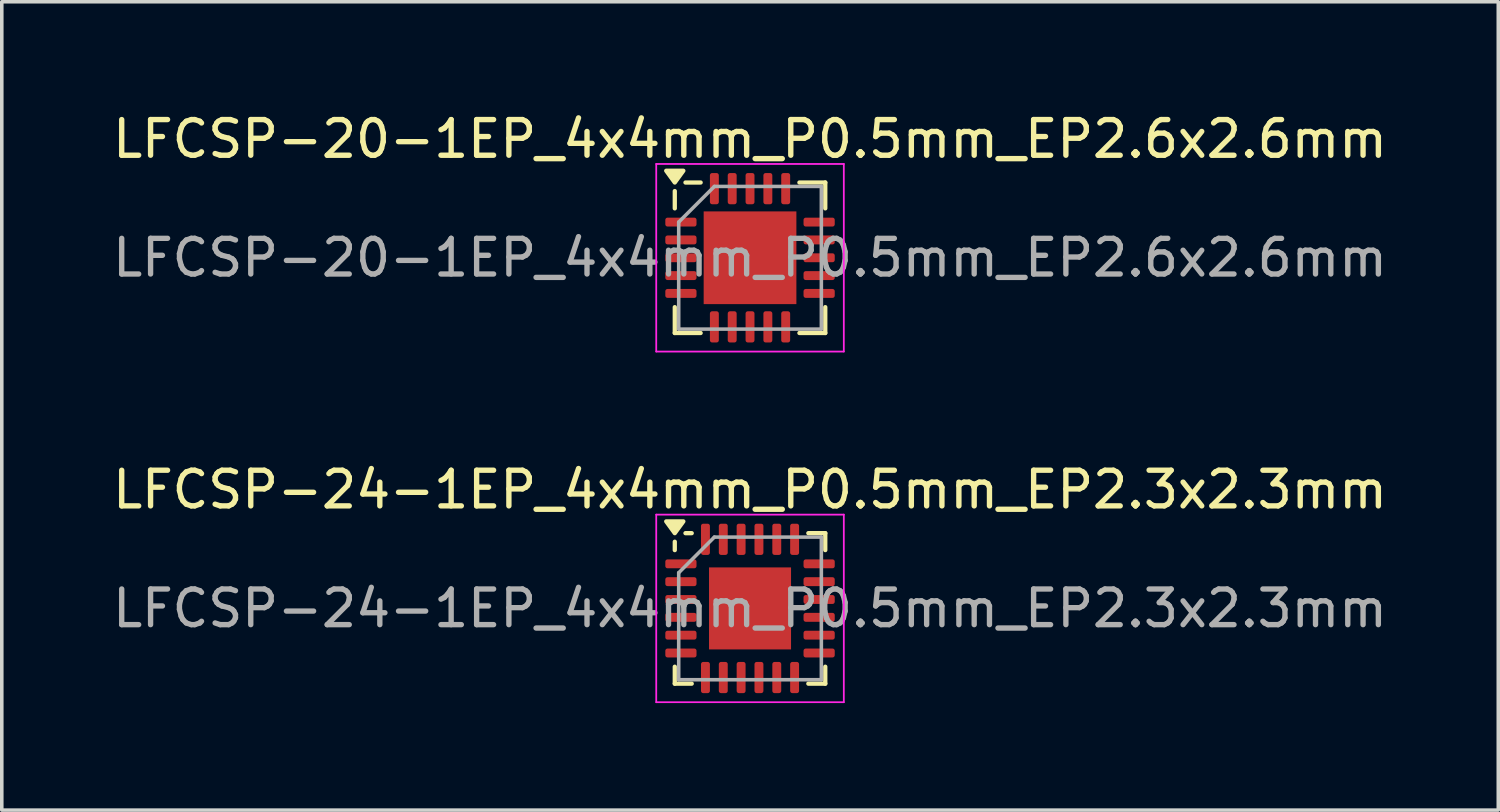
<source format=kicad_pcb>
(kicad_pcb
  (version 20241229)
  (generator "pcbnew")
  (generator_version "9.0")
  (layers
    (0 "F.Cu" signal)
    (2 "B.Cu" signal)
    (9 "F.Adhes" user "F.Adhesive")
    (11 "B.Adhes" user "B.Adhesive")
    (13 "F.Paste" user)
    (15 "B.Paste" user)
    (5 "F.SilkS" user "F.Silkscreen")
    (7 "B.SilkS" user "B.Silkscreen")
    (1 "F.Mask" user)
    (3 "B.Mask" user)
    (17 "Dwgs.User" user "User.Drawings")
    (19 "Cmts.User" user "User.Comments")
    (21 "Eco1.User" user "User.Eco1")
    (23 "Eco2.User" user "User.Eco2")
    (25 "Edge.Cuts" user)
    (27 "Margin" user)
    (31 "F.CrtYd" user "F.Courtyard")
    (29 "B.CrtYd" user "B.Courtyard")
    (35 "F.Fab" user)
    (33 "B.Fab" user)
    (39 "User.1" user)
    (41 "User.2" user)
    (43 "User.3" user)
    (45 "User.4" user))
  (footprint "LFCSP-20-1EP_4x4mm_P0.5mm_EP2.6x2.6mm"
    (layer "F.Cu")
    (at 17.982 4.178)
    (property "Reference" "LFCSP-20-1EP_4x4mm_P0.5mm_EP2.6x2.6mm" (at 0 -3.33 0) (layer "F.SilkS") (effects (font (size 1 1) (thickness 0.15))))
    (attr smd)
    (fp_line (start -2.11 -1.385) (end -2.11 -1.87) (stroke (width 0.12) (type solid)) (layer "F.SilkS"))
    (fp_line (start -2.11 2.11) (end -2.11 1.385) (stroke (width 0.12) (type solid)) (layer "F.SilkS"))
    (fp_line (start -1.385 -2.11) (end -1.81 -2.11) (stroke (width 0.12) (type solid)) (layer "F.SilkS"))
    (fp_line (start -1.385 2.11) (end -2.11 2.11) (stroke (width 0.12) (type solid)) (layer "F.SilkS"))
    (fp_line (start 1.385 -2.11) (end 2.11 -2.11) (stroke (width 0.12) (type solid)) (layer "F.SilkS"))
    (fp_line (start 1.385 2.11) (end 2.11 2.11) (stroke (width 0.12) (type solid)) (layer "F.SilkS"))
    (fp_line (start 2.11 -2.11) (end 2.11 -1.385) (stroke (width 0.12) (type solid)) (layer "F.SilkS"))
    (fp_line (start 2.11 2.11) (end 2.11 1.385) (stroke (width 0.12) (type solid)) (layer "F.SilkS"))
    (fp_poly (pts (xy -2.11 -2.11) (xy -2.35 -2.44) (xy -1.87 -2.44) (xy -2.11 -2.11)) (stroke (width 0.12) (type solid)) (fill yes) (layer "F.SilkS"))
    (fp_line (start -2.63 -2.63) (end -2.63 2.63) (stroke (width 0.05) (type solid)) (layer "F.CrtYd"))
    (fp_line (start -2.63 2.63) (end 2.63 2.63) (stroke (width 0.05) (type solid)) (layer "F.CrtYd"))
    (fp_line (start 2.63 -2.63) (end -2.63 -2.63) (stroke (width 0.05) (type solid)) (layer "F.CrtYd"))
    (fp_line (start 2.63 2.63) (end 2.63 -2.63) (stroke (width 0.05) (type solid)) (layer "F.CrtYd"))
    (fp_line (start -2 -1) (end -1 -2) (stroke (width 0.1) (type solid)) (layer "F.Fab"))
    (fp_line (start -2 2) (end -2 -1) (stroke (width 0.1) (type solid)) (layer "F.Fab"))
    (fp_line (start -1 -2) (end 2 -2) (stroke (width 0.1) (type solid)) (layer "F.Fab"))
    (fp_line (start 2 -2) (end 2 2) (stroke (width 0.1) (type solid)) (layer "F.Fab"))
    (fp_line (start 2 2) (end -2 2) (stroke (width 0.1) (type solid)) (layer "F.Fab"))
    (fp_text user "${REFERENCE}" (at 0 0 0) (layer "F.Fab") (effects (font (size 1 1) (thickness 0.15))))
    (pad "" smd roundrect (at -0.65 -0.65) (size 1.05 1.05) (layers "F.Paste") (roundrect_rratio 0.238))
    (pad "" smd roundrect (at -0.65 0.65) (size 1.05 1.05) (layers "F.Paste") (roundrect_rratio 0.238))
    (pad "" smd roundrect (at 0.65 -0.65) (size 1.05 1.05) (layers "F.Paste") (roundrect_rratio 0.238))
    (pad "" smd roundrect (at 0.65 0.65) (size 1.05 1.05) (layers "F.Paste") (roundrect_rratio 0.238))
    (pad "1" smd roundrect (at -1.938 -1) (size 0.875 0.25) (layers "F.Cu" "F.Mask" "F.Paste") (roundrect_rratio 0.25))
    (pad "2" smd roundrect (at -1.938 -0.5) (size 0.875 0.25) (layers "F.Cu" "F.Mask" "F.Paste") (roundrect_rratio 0.25))
    (pad "3" smd roundrect (at -1.938 0) (size 0.875 0.25) (layers "F.Cu" "F.Mask" "F.Paste") (roundrect_rratio 0.25))
    (pad "4" smd roundrect (at -1.938 0.5) (size 0.875 0.25) (layers "F.Cu" "F.Mask" "F.Paste") (roundrect_rratio 0.25))
    (pad "5" smd roundrect (at -1.938 1) (size 0.875 0.25) (layers "F.Cu" "F.Mask" "F.Paste") (roundrect_rratio 0.25))
    (pad "6" smd roundrect (at -1 1.938) (size 0.25 0.875) (layers "F.Cu" "F.Mask" "F.Paste") (roundrect_rratio 0.25))
    (pad "7" smd roundrect (at -0.5 1.938) (size 0.25 0.875) (layers "F.Cu" "F.Mask" "F.Paste") (roundrect_rratio 0.25))
    (pad "8" smd roundrect (at 0 1.938) (size 0.25 0.875) (layers "F.Cu" "F.Mask" "F.Paste") (roundrect_rratio 0.25))
    (pad "9" smd roundrect (at 0.5 1.938) (size 0.25 0.875) (layers "F.Cu" "F.Mask" "F.Paste") (roundrect_rratio 0.25))
    (pad "10" smd roundrect (at 1 1.938) (size 0.25 0.875) (layers "F.Cu" "F.Mask" "F.Paste") (roundrect_rratio 0.25))
    (pad "11" smd roundrect (at 1.938 1) (size 0.875 0.25) (layers "F.Cu" "F.Mask" "F.Paste") (roundrect_rratio 0.25))
    (pad "12" smd roundrect (at 1.938 0.5) (size 0.875 0.25) (layers "F.Cu" "F.Mask" "F.Paste") (roundrect_rratio 0.25))
    (pad "13" smd roundrect (at 1.938 0) (size 0.875 0.25) (layers "F.Cu" "F.Mask" "F.Paste") (roundrect_rratio 0.25))
    (pad "14" smd roundrect (at 1.938 -0.5) (size 0.875 0.25) (layers "F.Cu" "F.Mask" "F.Paste") (roundrect_rratio 0.25))
    (pad "15" smd roundrect (at 1.938 -1) (size 0.875 0.25) (layers "F.Cu" "F.Mask" "F.Paste") (roundrect_rratio 0.25))
    (pad "16" smd roundrect (at 1 -1.938) (size 0.25 0.875) (layers "F.Cu" "F.Mask" "F.Paste") (roundrect_rratio 0.25))
    (pad "17" smd roundrect (at 0.5 -1.938) (size 0.25 0.875) (layers "F.Cu" "F.Mask" "F.Paste") (roundrect_rratio 0.25))
    (pad "18" smd roundrect (at 0 -1.938) (size 0.25 0.875) (layers "F.Cu" "F.Mask" "F.Paste") (roundrect_rratio 0.25))
    (pad "19" smd roundrect (at -0.5 -1.938) (size 0.25 0.875) (layers "F.Cu" "F.Mask" "F.Paste") (roundrect_rratio 0.25))
    (pad "20" smd roundrect (at -1 -1.938) (size 0.25 0.875) (layers "F.Cu" "F.Mask" "F.Paste") (roundrect_rratio 0.25))
    (pad "21" smd rect (at 0 0) (size 2.6 2.6) (property pad_prop_heatsink) (layers "F.Cu" "F.Mask")))
  (footprint "LFCSP-24-1EP_4x4mm_P0.5mm_EP2.3x2.3mm"
    (layer "F.Cu")
    (at 17.982 14.011)
    (property "Reference" "LFCSP-24-1EP_4x4mm_P0.5mm_EP2.3x2.3mm" (at 0 -3.33 0) (layer "F.SilkS") (effects (font (size 1 1) (thickness 0.15))))
    (attr smd)
    (fp_line (start -2.11 -1.635) (end -2.11 -1.87) (stroke (width 0.12) (type solid)) (layer "F.SilkS"))
    (fp_line (start -2.11 2.11) (end -2.11 1.635) (stroke (width 0.12) (type solid)) (layer "F.SilkS"))
    (fp_line (start -1.635 -2.11) (end -1.81 -2.11) (stroke (width 0.12) (type solid)) (layer "F.SilkS"))
    (fp_line (start -1.635 2.11) (end -2.11 2.11) (stroke (width 0.12) (type solid)) (layer "F.SilkS"))
    (fp_line (start 1.635 -2.11) (end 2.11 -2.11) (stroke (width 0.12) (type solid)) (layer "F.SilkS"))
    (fp_line (start 1.635 2.11) (end 2.11 2.11) (stroke (width 0.12) (type solid)) (layer "F.SilkS"))
    (fp_line (start 2.11 -2.11) (end 2.11 -1.635) (stroke (width 0.12) (type solid)) (layer "F.SilkS"))
    (fp_line (start 2.11 2.11) (end 2.11 1.635) (stroke (width 0.12) (type solid)) (layer "F.SilkS"))
    (fp_poly (pts (xy -2.11 -2.11) (xy -2.35 -2.44) (xy -1.87 -2.44) (xy -2.11 -2.11)) (stroke (width 0.12) (type solid)) (fill yes) (layer "F.SilkS"))
    (fp_line (start -2.63 -2.63) (end -2.63 2.63) (stroke (width 0.05) (type solid)) (layer "F.CrtYd"))
    (fp_line (start -2.63 2.63) (end 2.63 2.63) (stroke (width 0.05) (type solid)) (layer "F.CrtYd"))
    (fp_line (start 2.63 -2.63) (end -2.63 -2.63) (stroke (width 0.05) (type solid)) (layer "F.CrtYd"))
    (fp_line (start 2.63 2.63) (end 2.63 -2.63) (stroke (width 0.05) (type solid)) (layer "F.CrtYd"))
    (fp_line (start -2 -1) (end -1 -2) (stroke (width 0.1) (type solid)) (layer "F.Fab"))
    (fp_line (start -2 2) (end -2 -1) (stroke (width 0.1) (type solid)) (layer "F.Fab"))
    (fp_line (start -1 -2) (end 2 -2) (stroke (width 0.1) (type solid)) (layer "F.Fab"))
    (fp_line (start 2 -2) (end 2 2) (stroke (width 0.1) (type solid)) (layer "F.Fab"))
    (fp_line (start 2 2) (end -2 2) (stroke (width 0.1) (type solid)) (layer "F.Fab"))
    (fp_text user "${REFERENCE}" (at 0 0 0) (layer "F.Fab") (effects (font (size 1 1) (thickness 0.15))))
    (pad "" smd roundrect (at -0.575 -0.575) (size 0.93 0.93) (layers "F.Paste") (roundrect_rratio 0.25))
    (pad "" smd roundrect (at -0.575 0.575) (size 0.93 0.93) (layers "F.Paste") (roundrect_rratio 0.25))
    (pad "" smd roundrect (at 0.575 -0.575) (size 0.93 0.93) (layers "F.Paste") (roundrect_rratio 0.25))
    (pad "" smd roundrect (at 0.575 0.575) (size 0.93 0.93) (layers "F.Paste") (roundrect_rratio 0.25))
    (pad "1" smd roundrect (at -1.938 -1.25) (size 0.875 0.25) (layers "F.Cu" "F.Mask" "F.Paste") (roundrect_rratio 0.25))
    (pad "2" smd roundrect (at -1.938 -0.75) (size 0.875 0.25) (layers "F.Cu" "F.Mask" "F.Paste") (roundrect_rratio 0.25))
    (pad "3" smd roundrect (at -1.938 -0.25) (size 0.875 0.25) (layers "F.Cu" "F.Mask" "F.Paste") (roundrect_rratio 0.25))
    (pad "4" smd roundrect (at -1.938 0.25) (size 0.875 0.25) (layers "F.Cu" "F.Mask" "F.Paste") (roundrect_rratio 0.25))
    (pad "5" smd roundrect (at -1.938 0.75) (size 0.875 0.25) (layers "F.Cu" "F.Mask" "F.Paste") (roundrect_rratio 0.25))
    (pad "6" smd roundrect (at -1.938 1.25) (size 0.875 0.25) (layers "F.Cu" "F.Mask" "F.Paste") (roundrect_rratio 0.25))
    (pad "7" smd roundrect (at -1.25 1.938) (size 0.25 0.875) (layers "F.Cu" "F.Mask" "F.Paste") (roundrect_rratio 0.25))
    (pad "8" smd roundrect (at -0.75 1.938) (size 0.25 0.875) (layers "F.Cu" "F.Mask" "F.Paste") (roundrect_rratio 0.25))
    (pad "9" smd roundrect (at -0.25 1.938) (size 0.25 0.875) (layers "F.Cu" "F.Mask" "F.Paste") (roundrect_rratio 0.25))
    (pad "10" smd roundrect (at 0.25 1.938) (size 0.25 0.875) (layers "F.Cu" "F.Mask" "F.Paste") (roundrect_rratio 0.25))
    (pad "11" smd roundrect (at 0.75 1.938) (size 0.25 0.875) (layers "F.Cu" "F.Mask" "F.Paste") (roundrect_rratio 0.25))
    (pad "12" smd roundrect (at 1.25 1.938) (size 0.25 0.875) (layers "F.Cu" "F.Mask" "F.Paste") (roundrect_rratio 0.25))
    (pad "13" smd roundrect (at 1.938 1.25) (size 0.875 0.25) (layers "F.Cu" "F.Mask" "F.Paste") (roundrect_rratio 0.25))
    (pad "14" smd roundrect (at 1.938 0.75) (size 0.875 0.25) (layers "F.Cu" "F.Mask" "F.Paste") (roundrect_rratio 0.25))
    (pad "15" smd roundrect (at 1.938 0.25) (size 0.875 0.25) (layers "F.Cu" "F.Mask" "F.Paste") (roundrect_rratio 0.25))
    (pad "16" smd roundrect (at 1.938 -0.25) (size 0.875 0.25) (layers "F.Cu" "F.Mask" "F.Paste") (roundrect_rratio 0.25))
    (pad "17" smd roundrect (at 1.938 -0.75) (size 0.875 0.25) (layers "F.Cu" "F.Mask" "F.Paste") (roundrect_rratio 0.25))
    (pad "18" smd roundrect (at 1.938 -1.25) (size 0.875 0.25) (layers "F.Cu" "F.Mask" "F.Paste") (roundrect_rratio 0.25))
    (pad "19" smd roundrect (at 1.25 -1.938) (size 0.25 0.875) (layers "F.Cu" "F.Mask" "F.Paste") (roundrect_rratio 0.25))
    (pad "20" smd roundrect (at 0.75 -1.938) (size 0.25 0.875) (layers "F.Cu" "F.Mask" "F.Paste") (roundrect_rratio 0.25))
    (pad "21" smd roundrect (at 0.25 -1.938) (size 0.25 0.875) (layers "F.Cu" "F.Mask" "F.Paste") (roundrect_rratio 0.25))
    (pad "22" smd roundrect (at -0.25 -1.938) (size 0.25 0.875) (layers "F.Cu" "F.Mask" "F.Paste") (roundrect_rratio 0.25))
    (pad "23" smd roundrect (at -0.75 -1.938) (size 0.25 0.875) (layers "F.Cu" "F.Mask" "F.Paste") (roundrect_rratio 0.25))
    (pad "24" smd roundrect (at -1.25 -1.938) (size 0.25 0.875) (layers "F.Cu" "F.Mask" "F.Paste") (roundrect_rratio 0.25))
    (pad "25" smd rect (at 0 0) (size 2.3 2.3) (property pad_prop_heatsink) (layers "F.Cu" "F.Mask")))
  (gr_rect
    (start -3 -3)
    (end 38.964 19.666)
    (stroke (width 0.1) (type default))
    (fill no)
    (layer "Edge.Cuts")))
</source>
